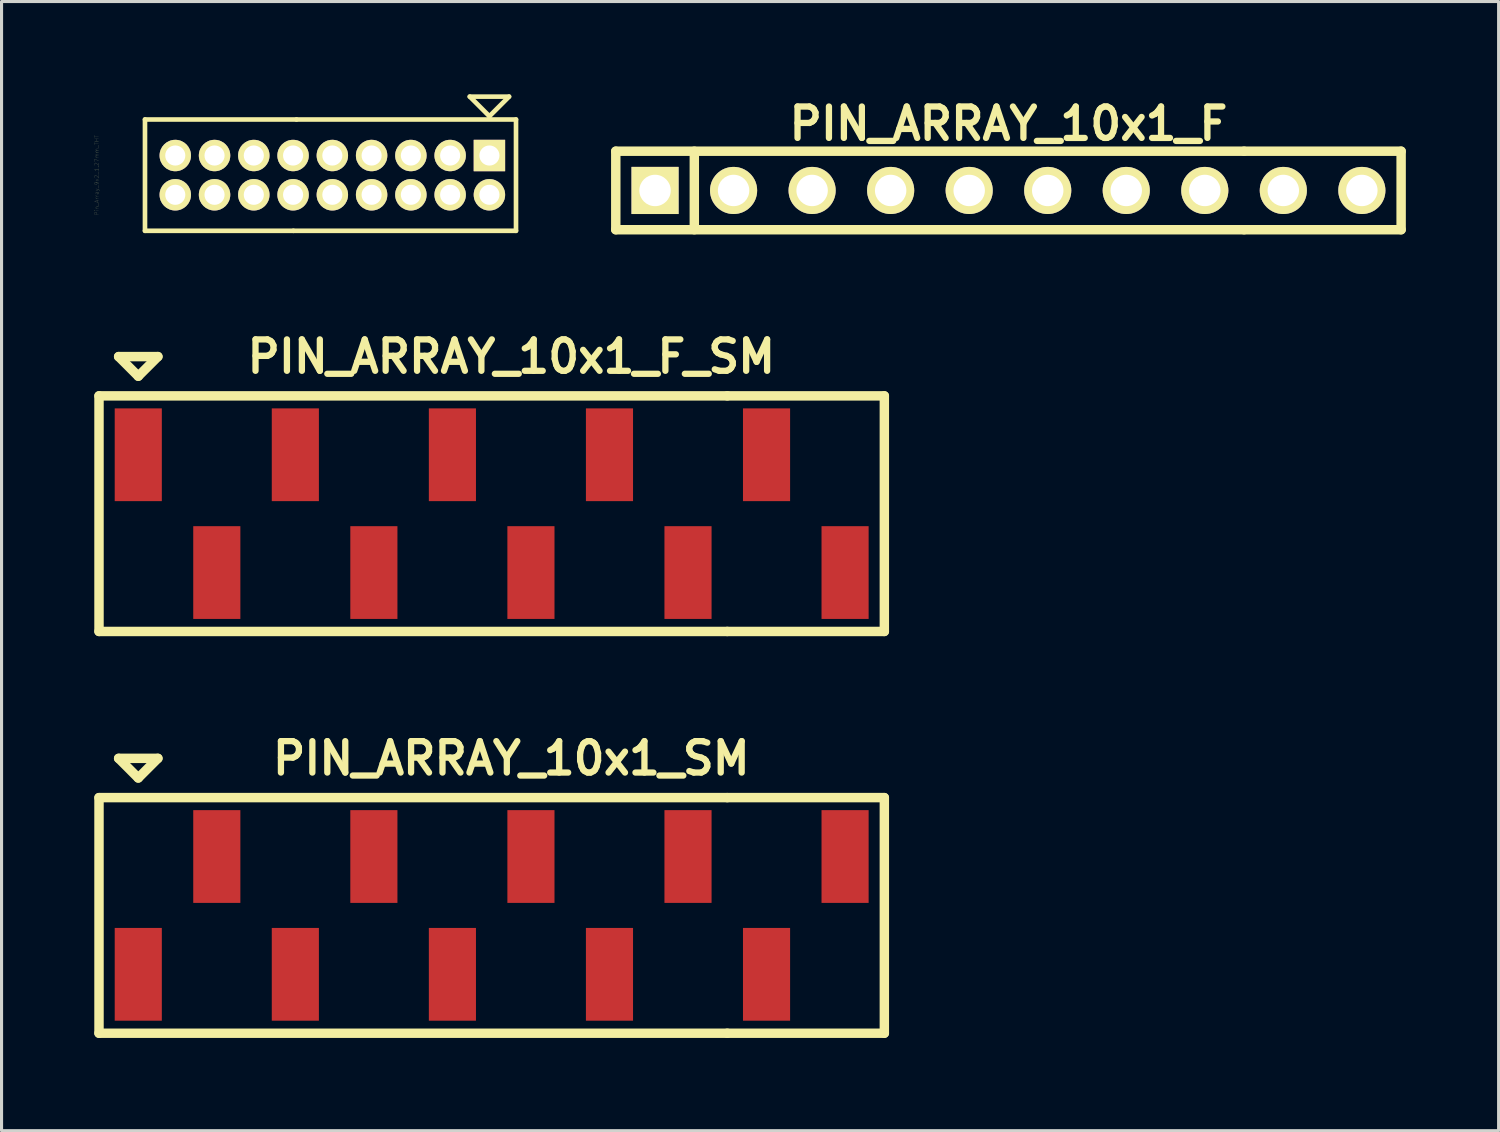
<source format=kicad_pcb>
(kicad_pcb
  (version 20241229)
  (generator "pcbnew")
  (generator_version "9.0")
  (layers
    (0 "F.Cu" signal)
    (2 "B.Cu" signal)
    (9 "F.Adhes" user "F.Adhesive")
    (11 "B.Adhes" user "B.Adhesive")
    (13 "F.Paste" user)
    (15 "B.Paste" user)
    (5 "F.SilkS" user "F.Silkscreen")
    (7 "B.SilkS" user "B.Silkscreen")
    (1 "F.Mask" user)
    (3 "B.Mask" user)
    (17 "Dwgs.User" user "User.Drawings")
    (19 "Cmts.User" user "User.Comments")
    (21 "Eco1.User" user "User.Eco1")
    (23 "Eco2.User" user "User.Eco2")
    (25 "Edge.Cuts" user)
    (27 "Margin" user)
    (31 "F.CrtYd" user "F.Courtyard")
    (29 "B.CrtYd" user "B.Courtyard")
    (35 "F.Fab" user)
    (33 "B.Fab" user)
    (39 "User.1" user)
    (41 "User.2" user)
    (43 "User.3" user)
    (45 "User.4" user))
  (footprint "PIN_ARRAY_10x1_F_SM"
    (layer "F.Cu")
    (at 12.852 13.563)
    (property "Reference" "PIN_ARRAY_10x1_F_SM" (at 0.635 -5.08 0) (layer "F.SilkS") (effects (font (size 1.016 1.016) (thickness 0.203))))
    (attr through_hole)
    (fp_line (start -12.7 -3.81) (end -12.7 3.81) (stroke (width 0.305) (type solid)) (layer "F.SilkS"))
    (fp_line (start -12.7 -3.81) (end 7.62 -3.81) (stroke (width 0.305) (type solid)) (layer "F.SilkS"))
    (fp_line (start -12.065 -5.08) (end -11.43 -4.445) (stroke (width 0.305) (type solid)) (layer "F.SilkS"))
    (fp_line (start -11.43 -4.445) (end -10.795 -5.08) (stroke (width 0.305) (type solid)) (layer "F.SilkS"))
    (fp_line (start -10.795 -5.08) (end -12.065 -5.08) (stroke (width 0.305) (type solid)) (layer "F.SilkS"))
    (fp_line (start 7.62 -3.81) (end 12.7 -3.81) (stroke (width 0.305) (type solid)) (layer "F.SilkS"))
    (fp_line (start 7.62 3.81) (end -12.7 3.81) (stroke (width 0.305) (type solid)) (layer "F.SilkS"))
    (fp_line (start 7.62 3.81) (end 12.7 3.81) (stroke (width 0.305) (type solid)) (layer "F.SilkS"))
    (fp_line (start 12.7 -3.81) (end 12.7 3.81) (stroke (width 0.305) (type solid)) (layer "F.SilkS"))
    (pad "1" smd rect (at -11.43 -1.905) (size 1.524 3) (layers "F.Cu" "F.Mask" "F.Paste"))
    (pad "2" smd rect (at -8.89 1.905) (size 1.524 3) (layers "F.Cu" "F.Mask" "F.Paste"))
    (pad "3" smd rect (at -6.35 -1.905) (size 1.524 3) (layers "F.Cu" "F.Mask" "F.Paste"))
    (pad "4" smd rect (at -3.81 1.905) (size 1.524 3) (layers "F.Cu" "F.Mask" "F.Paste"))
    (pad "5" smd rect (at -1.27 -1.905) (size 1.524 3) (layers "F.Cu" "F.Mask" "F.Paste"))
    (pad "6" smd rect (at 1.27 1.905) (size 1.524 3) (layers "F.Cu" "F.Mask" "F.Paste"))
    (pad "7" smd rect (at 3.81 -1.905) (size 1.524 3) (layers "F.Cu" "F.Mask" "F.Paste"))
    (pad "8" smd rect (at 6.35 1.905) (size 1.524 3) (layers "F.Cu" "F.Mask" "F.Paste"))
    (pad "9" smd rect (at 8.89 -1.905) (size 1.524 3) (layers "F.Cu" "F.Mask" "F.Paste"))
    (pad "10" smd rect (at 11.43 1.905) (size 1.524 3) (layers "F.Cu" "F.Mask" "F.Paste")))
  (footprint "PIN_ARRAY_10x1_F"
    (layer "F.Cu")
    (at 29.566 3.11)
    (property "Reference" "PIN_ARRAY_10x1_F" (at 0 -2.159 0) (layer "F.SilkS") (effects (font (size 1.016 1.016) (thickness 0.203))))
    (attr through_hole)
    (fp_line (start -12.7 -1.27) (end 7.62 -1.27) (stroke (width 0.305) (type solid)) (layer "F.SilkS"))
    (fp_line (start -12.7 1.27) (end -12.7 -1.27) (stroke (width 0.305) (type solid)) (layer "F.SilkS"))
    (fp_line (start -10.16 1.27) (end -10.16 -1.27) (stroke (width 0.305) (type solid)) (layer "F.SilkS"))
    (fp_line (start 7.62 -1.27) (end 12.7 -1.27) (stroke (width 0.305) (type solid)) (layer "F.SilkS"))
    (fp_line (start 7.62 1.27) (end -12.7 1.27) (stroke (width 0.305) (type solid)) (layer "F.SilkS"))
    (fp_line (start 7.62 1.27) (end 12.7 1.27) (stroke (width 0.305) (type solid)) (layer "F.SilkS"))
    (fp_line (start 12.7 -1.27) (end 12.7 1.27) (stroke (width 0.305) (type solid)) (layer "F.SilkS"))
    (pad "1" thru_hole rect (at -11.43 0) (size 1.524 1.524) (drill 1.016) (layers "*.Cu" "*.Mask" "F.SilkS"))
    (pad "2" thru_hole circle (at -8.89 0) (size 1.524 1.524) (drill 1.016) (layers "*.Cu" "*.Mask" "F.SilkS"))
    (pad "3" thru_hole circle (at -6.35 0) (size 1.524 1.524) (drill 1.016) (layers "*.Cu" "*.Mask" "F.SilkS"))
    (pad "4" thru_hole circle (at -3.81 0) (size 1.524 1.524) (drill 1.016) (layers "*.Cu" "*.Mask" "F.SilkS"))
    (pad "5" thru_hole circle (at -1.27 0) (size 1.524 1.524) (drill 1.016) (layers "*.Cu" "*.Mask" "F.SilkS"))
    (pad "6" thru_hole circle (at 1.27 0) (size 1.524 1.524) (drill 1.016) (layers "*.Cu" "*.Mask" "F.SilkS"))
    (pad "7" thru_hole circle (at 3.81 0) (size 1.524 1.524) (drill 1.016) (layers "*.Cu" "*.Mask" "F.SilkS"))
    (pad "8" thru_hole circle (at 6.35 0) (size 1.524 1.524) (drill 1.016) (layers "*.Cu" "*.Mask" "F.SilkS"))
    (pad "9" thru_hole circle (at 8.89 0) (size 1.524 1.524) (drill 1.016) (layers "*.Cu" "*.Mask" "F.SilkS"))
    (pad "10" thru_hole circle (at 11.43 0) (size 1.524 1.524) (drill 1.016) (layers "*.Cu" "*.Mask" "F.SilkS")))
  (footprint "Pin_Array_9x2_1.27mm_THT"
    (layer "F.Cu")
    (at 7.699 2.615)
    (property "Reference" "Pin_Array_9x2_1.27mm_THT" (at -7.62 0 90) (layer "F.SilkS") (effects (font (size 0.127 0.127) (thickness 0.003))))
    (attr through_hole)
    (fp_line (start -6.06 1.8) (end -6.06 -1.8) (stroke (width 0.15) (type solid)) (layer "F.SilkS"))
    (fp_line (start -6.06 1.8) (end -1.26 1.8) (stroke (width 0.15) (type solid)) (layer "F.SilkS"))
    (fp_line (start -1.26 1.8) (end 5.94 1.8) (stroke (width 0.15) (type solid)) (layer "F.SilkS"))
    (fp_line (start -1.16 -1.8) (end -6.06 -1.8) (stroke (width 0.15) (type solid)) (layer "F.SilkS"))
    (fp_line (start -1.16 -1.8) (end 5.94 -1.8) (stroke (width 0.15) (type solid)) (layer "F.SilkS"))
    (fp_line (start 4.445 -2.54) (end 5.08 -1.905) (stroke (width 0.15) (type solid)) (layer "F.SilkS"))
    (fp_line (start 5.08 -1.905) (end 5.715 -2.54) (stroke (width 0.15) (type solid)) (layer "F.SilkS"))
    (fp_line (start 5.715 -2.54) (end 4.445 -2.54) (stroke (width 0.15) (type solid)) (layer "F.SilkS"))
    (fp_line (start 5.94 1.8) (end 5.94 -1.8) (stroke (width 0.15) (type solid)) (layer "F.SilkS"))
    (pad "1" thru_hole rect (at 5.08 -0.635) (size 1.016 1.016) (drill 0.65) (layers "*.Cu" "*.Mask" "F.SilkS"))
    (pad "2" thru_hole circle (at 5.08 0.635) (size 1.016 1.016) (drill 0.65) (layers "*.Cu" "*.Mask" "F.SilkS"))
    (pad "3" thru_hole circle (at 3.81 -0.635) (size 1.016 1.016) (drill 0.65) (layers "*.Cu" "*.Mask" "F.SilkS"))
    (pad "4" thru_hole circle (at 3.81 0.635) (size 1.016 1.016) (drill 0.65) (layers "*.Cu" "*.Mask" "F.SilkS"))
    (pad "5" thru_hole circle (at 2.54 -0.635) (size 1.016 1.016) (drill 0.65) (layers "*.Cu" "*.Mask" "F.SilkS"))
    (pad "6" thru_hole circle (at 2.54 0.635) (size 1.016 1.016) (drill 0.65) (layers "*.Cu" "*.Mask" "F.SilkS"))
    (pad "7" thru_hole circle (at 1.27 -0.635) (size 1.016 1.016) (drill 0.65) (layers "*.Cu" "*.Mask" "F.SilkS"))
    (pad "8" thru_hole circle (at 1.27 0.635) (size 1.016 1.016) (drill 0.65) (layers "*.Cu" "*.Mask" "F.SilkS"))
    (pad "9" thru_hole circle (at 0 -0.635) (size 1.016 1.016) (drill 0.65) (layers "*.Cu" "*.Mask" "F.SilkS"))
    (pad "10" thru_hole circle (at 0 0.635) (size 1.016 1.016) (drill 0.65) (layers "*.Cu" "*.Mask" "F.SilkS"))
    (pad "11" thru_hole circle (at -1.27 -0.635) (size 1.016 1.016) (drill 0.65) (layers "*.Cu" "*.Mask" "F.SilkS"))
    (pad "12" thru_hole circle (at -1.27 0.635) (size 1.016 1.016) (drill 0.65) (layers "*.Cu" "*.Mask" "F.SilkS"))
    (pad "13" thru_hole circle (at -2.54 -0.635) (size 1.016 1.016) (drill 0.65) (layers "*.Cu" "*.Mask" "F.SilkS"))
    (pad "14" thru_hole circle (at -2.54 0.635) (size 1.016 1.016) (drill 0.65) (layers "*.Cu" "*.Mask" "F.SilkS"))
    (pad "15" thru_hole circle (at -3.81 -0.635) (size 1.016 1.016) (drill 0.65) (layers "*.Cu" "*.Mask" "F.SilkS"))
    (pad "16" thru_hole circle (at -3.81 0.635) (size 1.016 1.016) (drill 0.65) (layers "*.Cu" "*.Mask" "F.SilkS"))
    (pad "17" thru_hole circle (at -5.08 -0.635) (size 1.016 1.016) (drill 0.65) (layers "*.Cu" "*.Mask" "F.SilkS"))
    (pad "18" thru_hole circle (at -5.08 0.635) (size 1.016 1.016) (drill 0.65) (layers "*.Cu" "*.Mask" "F.SilkS")))
  (footprint "PIN_ARRAY_10x1_SM"
    (layer "F.Cu")
    (at 12.852 26.557)
    (property "Reference" "PIN_ARRAY_10x1_SM" (at 0.635 -5.08 0) (layer "F.SilkS") (effects (font (size 1.016 1.016) (thickness 0.203))))
    (attr through_hole)
    (fp_line (start -12.7 -3.81) (end -12.7 3.81) (stroke (width 0.305) (type solid)) (layer "F.SilkS"))
    (fp_line (start -12.7 -3.81) (end 7.62 -3.81) (stroke (width 0.305) (type solid)) (layer "F.SilkS"))
    (fp_line (start -12.065 -5.08) (end -11.43 -4.445) (stroke (width 0.305) (type solid)) (layer "F.SilkS"))
    (fp_line (start -11.43 -4.445) (end -10.795 -5.08) (stroke (width 0.305) (type solid)) (layer "F.SilkS"))
    (fp_line (start -10.795 -5.08) (end -12.065 -5.08) (stroke (width 0.305) (type solid)) (layer "F.SilkS"))
    (fp_line (start 7.62 -3.81) (end 12.7 -3.81) (stroke (width 0.305) (type solid)) (layer "F.SilkS"))
    (fp_line (start 7.62 3.81) (end -12.7 3.81) (stroke (width 0.305) (type solid)) (layer "F.SilkS"))
    (fp_line (start 7.62 3.81) (end 12.7 3.81) (stroke (width 0.305) (type solid)) (layer "F.SilkS"))
    (fp_line (start 12.7 -3.81) (end 12.7 3.81) (stroke (width 0.305) (type solid)) (layer "F.SilkS"))
    (pad "1" smd rect (at -11.43 1.905) (size 1.524 3) (layers "F.Cu" "F.Mask" "F.Paste"))
    (pad "2" smd rect (at -8.89 -1.905) (size 1.524 3) (layers "F.Cu" "F.Mask" "F.Paste"))
    (pad "3" smd rect (at -6.35 1.905) (size 1.524 3) (layers "F.Cu" "F.Mask" "F.Paste"))
    (pad "4" smd rect (at -3.81 -1.905) (size 1.524 3) (layers "F.Cu" "F.Mask" "F.Paste"))
    (pad "5" smd rect (at -1.27 1.905) (size 1.524 3) (layers "F.Cu" "F.Mask" "F.Paste"))
    (pad "6" smd rect (at 1.27 -1.905) (size 1.524 3) (layers "F.Cu" "F.Mask" "F.Paste"))
    (pad "7" smd rect (at 3.81 1.905) (size 1.524 3) (layers "F.Cu" "F.Mask" "F.Paste"))
    (pad "8" smd rect (at 6.35 -1.905) (size 1.524 3) (layers "F.Cu" "F.Mask" "F.Paste"))
    (pad "9" smd rect (at 8.89 1.905) (size 1.524 3) (layers "F.Cu" "F.Mask" "F.Paste"))
    (pad "10" smd rect (at 11.43 -1.905) (size 1.524 3) (layers "F.Cu" "F.Mask" "F.Paste")))
  (gr_rect
    (start -3 -3)
    (end 45.419 33.519)
    (stroke (width 0.1) (type default))
    (fill no)
    (layer "Edge.Cuts")))
</source>
